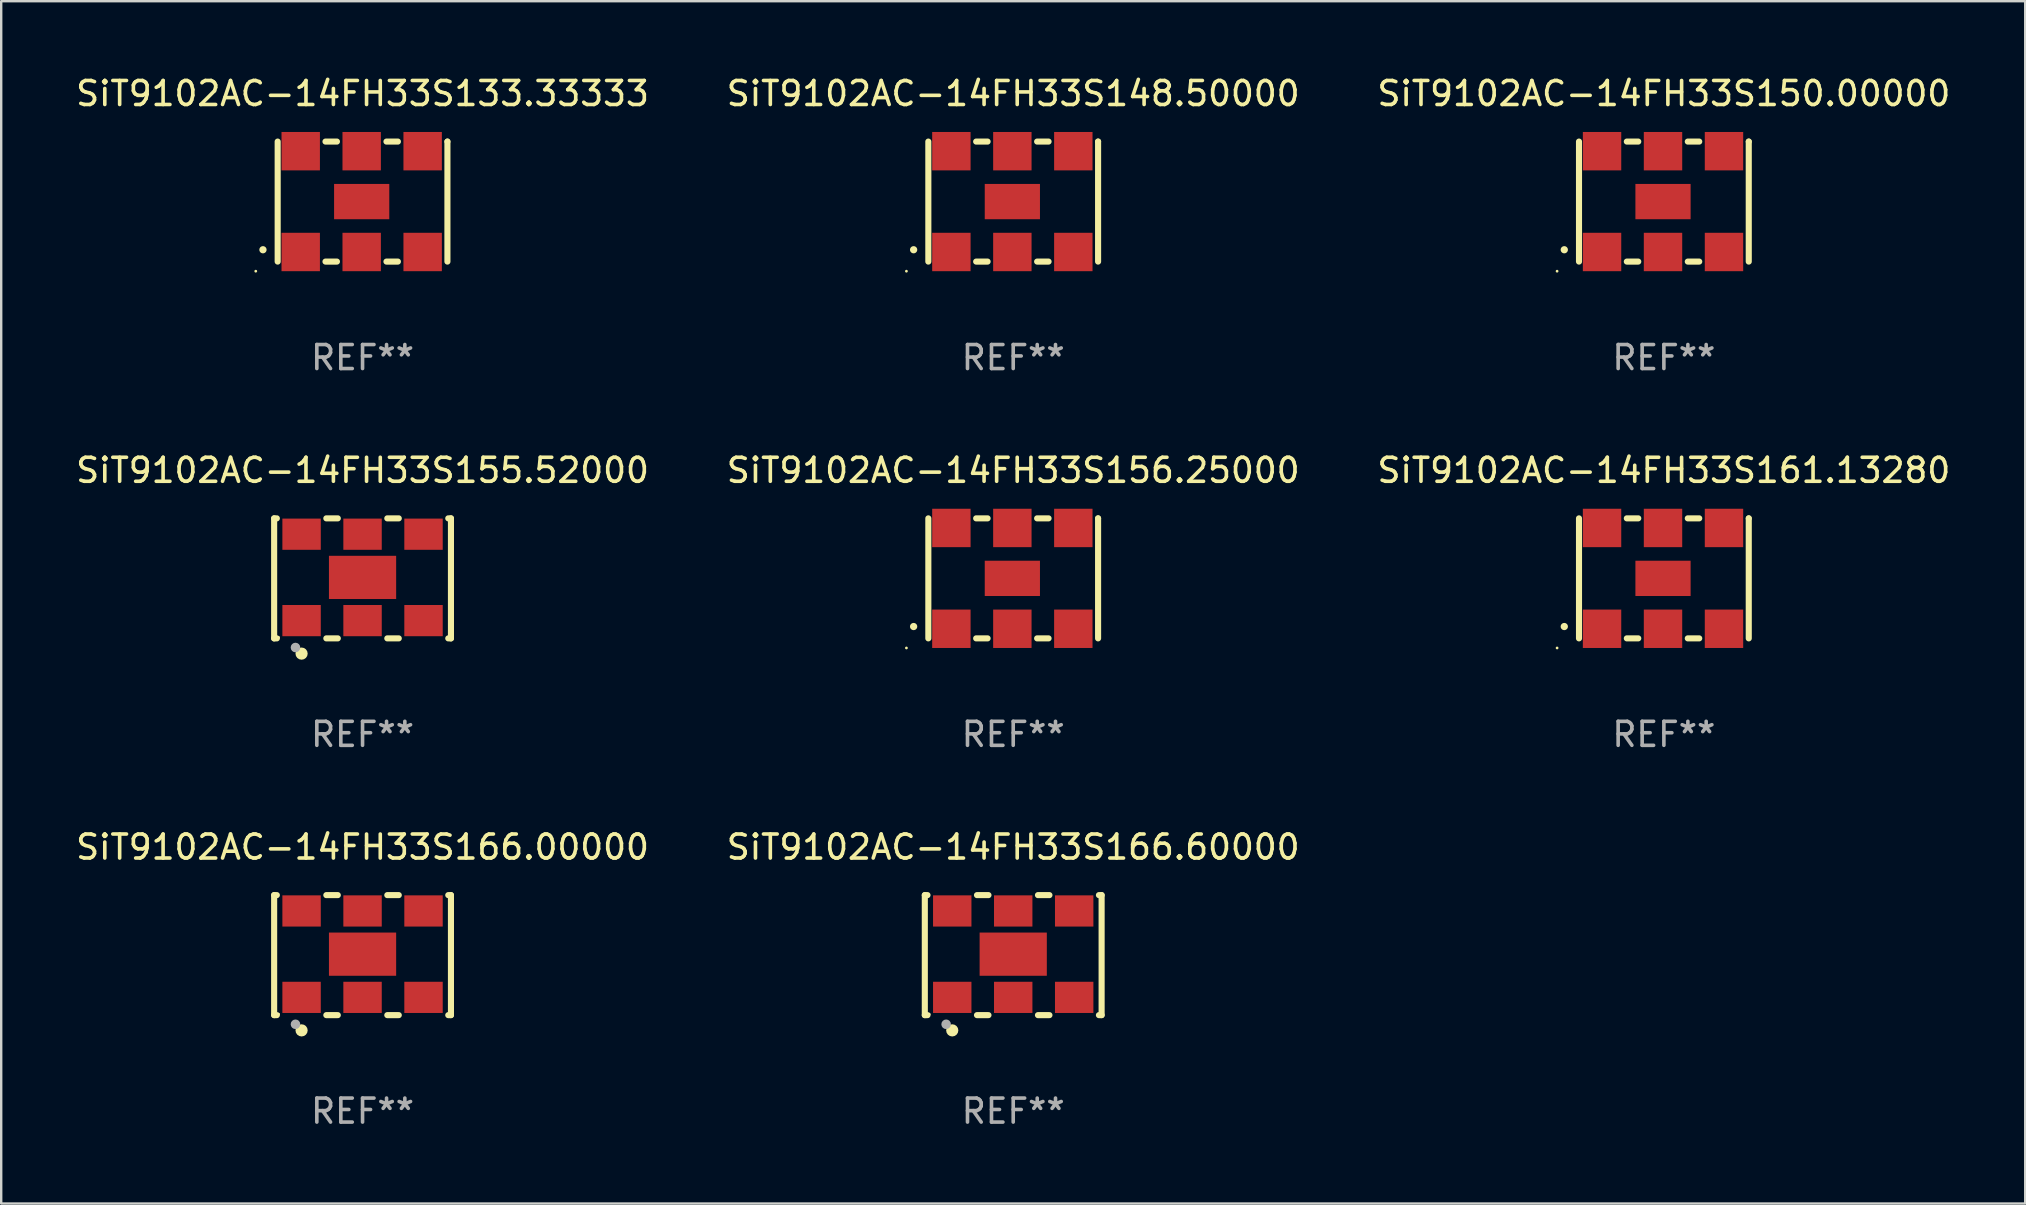
<source format=kicad_pcb>
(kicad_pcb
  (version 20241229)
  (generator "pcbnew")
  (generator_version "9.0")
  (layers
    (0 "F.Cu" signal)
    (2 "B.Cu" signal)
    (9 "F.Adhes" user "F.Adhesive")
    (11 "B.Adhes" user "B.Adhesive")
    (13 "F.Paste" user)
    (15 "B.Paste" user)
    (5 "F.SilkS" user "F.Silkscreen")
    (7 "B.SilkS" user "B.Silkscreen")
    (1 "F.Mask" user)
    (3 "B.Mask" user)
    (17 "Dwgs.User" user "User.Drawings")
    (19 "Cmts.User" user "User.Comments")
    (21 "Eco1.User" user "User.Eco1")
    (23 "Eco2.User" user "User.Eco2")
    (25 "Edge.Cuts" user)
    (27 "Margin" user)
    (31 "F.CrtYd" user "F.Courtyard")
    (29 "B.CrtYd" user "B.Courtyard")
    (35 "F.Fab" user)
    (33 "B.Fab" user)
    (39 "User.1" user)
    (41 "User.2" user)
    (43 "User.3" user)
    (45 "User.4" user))
  (footprint "SiT9102AC-14FH33S156.25000"
    (layer "F.Cu")
    (at 39.161 21.045)
    (property "Reference" "SiT9102AC-14FH33S156.25000" (at 0 -4.5 0) (layer "F.SilkS") (effects (font (size 1 1) (thickness 0.15))))
    (attr through_hole)
    (fp_line (start -3.536 -2.5) (end -3.536 2.5) (stroke (width 0.254) (type solid)) (layer "F.SilkS"))
    (fp_line (start -1.544 2.5) (end -1.067 2.5) (stroke (width 0.254) (type solid)) (layer "F.SilkS"))
    (fp_line (start -1.067 -2.5) (end -1.544 -2.5) (stroke (width 0.254) (type solid)) (layer "F.SilkS"))
    (fp_line (start 0.996 2.5) (end 1.473 2.5) (stroke (width 0.254) (type solid)) (layer "F.SilkS"))
    (fp_line (start 1.473 -2.5) (end 0.996 -2.5) (stroke (width 0.254) (type solid)) (layer "F.SilkS"))
    (fp_line (start 3.536 -2.5) (end 3.536 -2.5) (stroke (width 0.254) (type solid)) (layer "F.SilkS"))
    (fp_line (start 3.536 2.5) (end 3.536 -2.5) (stroke (width 0.254) (type solid)) (layer "F.SilkS"))
    (fp_arc (start -4.150432 2.006604) (mid -4.149162 2.006599) (end -4.147892 2.006604) (stroke (width 0.3) (type solid)) (layer "F.SilkS"))
    (fp_circle (center -4.449 2.9) (end -4.419 2.9) (stroke (width 0.06) (type solid)) (fill no) (layer "F.SilkS"))
    (fp_text user "REF**" (at 0 6.5 0) (layer "F.Fab") (effects (font (size 1 1) (thickness 0.15))))
    (pad "1" smd rect (at -2.576 2.1) (size 1.6 1.6) (layers "F.Cu" "F.Mask" "F.Paste"))
    (pad "2" smd rect (at -0.036 2.1) (size 1.6 1.6) (layers "F.Cu" "F.Mask" "F.Paste"))
    (pad "3" smd rect (at 2.504 2.1) (size 1.6 1.6) (layers "F.Cu" "F.Mask" "F.Paste"))
    (pad "4" smd rect (at 2.504 -2.1) (size 1.6 1.6) (layers "F.Cu" "F.Mask" "F.Paste"))
    (pad "5" smd rect (at -0.036 -2.1) (size 1.6 1.6) (layers "F.Cu" "F.Mask" "F.Paste"))
    (pad "6" smd rect (at -2.576 -2.1) (size 1.6 1.6) (layers "F.Cu" "F.Mask" "F.Paste"))
    (pad "7" smd rect (at -0.036 0) (size 2.3 1.47) (layers "F.Cu" "F.Mask" "F.Paste")))
  (footprint "SiT9102AC-14FH33S161.13280"
    (layer "F.Cu")
    (at 66.268 21.045)
    (property "Reference" "SiT9102AC-14FH33S161.13280" (at 0 -4.5 0) (layer "F.SilkS") (effects (font (size 1 1) (thickness 0.15))))
    (attr through_hole)
    (fp_line (start -3.536 -2.5) (end -3.536 2.5) (stroke (width 0.254) (type solid)) (layer "F.SilkS"))
    (fp_line (start -1.544 2.5) (end -1.067 2.5) (stroke (width 0.254) (type solid)) (layer "F.SilkS"))
    (fp_line (start -1.067 -2.5) (end -1.544 -2.5) (stroke (width 0.254) (type solid)) (layer "F.SilkS"))
    (fp_line (start 0.996 2.5) (end 1.473 2.5) (stroke (width 0.254) (type solid)) (layer "F.SilkS"))
    (fp_line (start 1.473 -2.5) (end 0.996 -2.5) (stroke (width 0.254) (type solid)) (layer "F.SilkS"))
    (fp_line (start 3.536 -2.5) (end 3.536 -2.5) (stroke (width 0.254) (type solid)) (layer "F.SilkS"))
    (fp_line (start 3.536 2.5) (end 3.536 -2.5) (stroke (width 0.254) (type solid)) (layer "F.SilkS"))
    (fp_arc (start -4.150432 2.006604) (mid -4.149162 2.006599) (end -4.147892 2.006604) (stroke (width 0.3) (type solid)) (layer "F.SilkS"))
    (fp_circle (center -4.449 2.9) (end -4.419 2.9) (stroke (width 0.06) (type solid)) (fill no) (layer "F.SilkS"))
    (fp_text user "REF**" (at 0 6.5 0) (layer "F.Fab") (effects (font (size 1 1) (thickness 0.15))))
    (pad "1" smd rect (at -2.576 2.1) (size 1.6 1.6) (layers "F.Cu" "F.Mask" "F.Paste"))
    (pad "2" smd rect (at -0.036 2.1) (size 1.6 1.6) (layers "F.Cu" "F.Mask" "F.Paste"))
    (pad "3" smd rect (at 2.504 2.1) (size 1.6 1.6) (layers "F.Cu" "F.Mask" "F.Paste"))
    (pad "4" smd rect (at 2.504 -2.1) (size 1.6 1.6) (layers "F.Cu" "F.Mask" "F.Paste"))
    (pad "5" smd rect (at -0.036 -2.1) (size 1.6 1.6) (layers "F.Cu" "F.Mask" "F.Paste"))
    (pad "6" smd rect (at -2.576 -2.1) (size 1.6 1.6) (layers "F.Cu" "F.Mask" "F.Paste"))
    (pad "7" smd rect (at -0.036 0) (size 2.3 1.47) (layers "F.Cu" "F.Mask" "F.Paste")))
  (footprint "SiT9102AC-14FH33S166.60000"
    (layer "F.Cu")
    (at 39.161 36.741)
    (property "Reference" "SiT9102AC-14FH33S166.60000" (at 0 -4.5 0) (layer "F.SilkS") (effects (font (size 1 1) (thickness 0.15))))
    (attr through_hole)
    (fp_line (start -3.683 -2.5) (end -3.571 -2.5) (stroke (width 0.254) (type solid)) (layer "F.SilkS"))
    (fp_line (start -3.683 2.5) (end -3.683 -2.5) (stroke (width 0.254) (type solid)) (layer "F.SilkS"))
    (fp_line (start -3.683 2.5) (end -3.571 2.5) (stroke (width 0.254) (type solid)) (layer "F.SilkS"))
    (fp_line (start -1.509 -2.5) (end -1.031 -2.5) (stroke (width 0.254) (type solid)) (layer "F.SilkS"))
    (fp_line (start -1.509 2.5) (end -1.031 2.5) (stroke (width 0.254) (type solid)) (layer "F.SilkS"))
    (fp_line (start 1.031 -2.5) (end 1.509 -2.5) (stroke (width 0.254) (type solid)) (layer "F.SilkS"))
    (fp_line (start 1.031 2.5) (end 1.509 2.5) (stroke (width 0.254) (type solid)) (layer "F.SilkS"))
    (fp_line (start 3.571 -2.5) (end 3.683 -2.5) (stroke (width 0.254) (type solid)) (layer "F.SilkS"))
    (fp_line (start 3.571 2.5) (end 3.683 2.5) (stroke (width 0.254) (type solid)) (layer "F.SilkS"))
    (fp_line (start 3.683 2.5) (end 3.683 -2.5) (stroke (width 0.254) (type solid)) (layer "F.SilkS"))
    (fp_circle (center -3.5 2.46) (end -3.47 2.46) (stroke (width 0.06) (type solid)) (fill no) (layer "F.SilkS"))
    (fp_circle (center -2.54 3.135) (end -2.413 3.135) (stroke (width 0.254) (type solid)) (fill no) (layer "F.SilkS"))
    (fp_circle (center -2.794 2.881) (end -2.694 2.881) (stroke (width 0.2) (type solid)) (fill no) (layer "F.Fab"))
    (fp_text user "REF**" (at 0 6.5 0) (layer "F.Fab") (effects (font (size 1 1) (thickness 0.15))))
    (pad "1" smd rect (at -2.54 1.76) (size 1.6 1.3) (layers "F.Cu" "F.Mask" "F.Paste"))
    (pad "2" smd rect (at 0 1.76) (size 1.6 1.3) (layers "F.Cu" "F.Mask" "F.Paste"))
    (pad "3" smd rect (at 2.54 1.76) (size 1.6 1.3) (layers "F.Cu" "F.Mask" "F.Paste"))
    (pad "4" smd rect (at 2.54 -1.84) (size 1.6 1.3) (layers "F.Cu" "F.Mask" "F.Paste"))
    (pad "5" smd rect (at 0 -1.84) (size 1.6 1.3) (layers "F.Cu" "F.Mask" "F.Paste"))
    (pad "6" smd rect (at -2.54 -1.84) (size 1.6 1.3) (layers "F.Cu" "F.Mask" "F.Paste"))
    (pad "7" smd rect (at 0 -0.04) (size 2.8 1.8) (layers "F.Cu" "F.Mask" "F.Paste")))
  (footprint "SiT9102AC-14FH33S150.00000"
    (layer "F.Cu")
    (at 66.268 5.348)
    (property "Reference" "SiT9102AC-14FH33S150.00000" (at 0 -4.5 0) (layer "F.SilkS") (effects (font (size 1 1) (thickness 0.15))))
    (attr through_hole)
    (fp_line (start -3.536 -2.5) (end -3.536 2.5) (stroke (width 0.254) (type solid)) (layer "F.SilkS"))
    (fp_line (start -1.544 2.5) (end -1.067 2.5) (stroke (width 0.254) (type solid)) (layer "F.SilkS"))
    (fp_line (start -1.067 -2.5) (end -1.544 -2.5) (stroke (width 0.254) (type solid)) (layer "F.SilkS"))
    (fp_line (start 0.996 2.5) (end 1.473 2.5) (stroke (width 0.254) (type solid)) (layer "F.SilkS"))
    (fp_line (start 1.473 -2.5) (end 0.996 -2.5) (stroke (width 0.254) (type solid)) (layer "F.SilkS"))
    (fp_line (start 3.536 -2.5) (end 3.536 -2.5) (stroke (width 0.254) (type solid)) (layer "F.SilkS"))
    (fp_line (start 3.536 2.5) (end 3.536 -2.5) (stroke (width 0.254) (type solid)) (layer "F.SilkS"))
    (fp_arc (start -4.150432 2.006604) (mid -4.149162 2.006599) (end -4.147892 2.006604) (stroke (width 0.3) (type solid)) (layer "F.SilkS"))
    (fp_circle (center -4.449 2.9) (end -4.419 2.9) (stroke (width 0.06) (type solid)) (fill no) (layer "F.SilkS"))
    (fp_text user "REF**" (at 0 6.5 0) (layer "F.Fab") (effects (font (size 1 1) (thickness 0.15))))
    (pad "1" smd rect (at -2.576 2.1) (size 1.6 1.6) (layers "F.Cu" "F.Mask" "F.Paste"))
    (pad "2" smd rect (at -0.036 2.1) (size 1.6 1.6) (layers "F.Cu" "F.Mask" "F.Paste"))
    (pad "3" smd rect (at 2.504 2.1) (size 1.6 1.6) (layers "F.Cu" "F.Mask" "F.Paste"))
    (pad "4" smd rect (at 2.504 -2.1) (size 1.6 1.6) (layers "F.Cu" "F.Mask" "F.Paste"))
    (pad "5" smd rect (at -0.036 -2.1) (size 1.6 1.6) (layers "F.Cu" "F.Mask" "F.Paste"))
    (pad "6" smd rect (at -2.576 -2.1) (size 1.6 1.6) (layers "F.Cu" "F.Mask" "F.Paste"))
    (pad "7" smd rect (at -0.036 0) (size 2.3 1.47) (layers "F.Cu" "F.Mask" "F.Paste")))
  (footprint "SiT9102AC-14FH33S166.00000"
    (layer "F.Cu")
    (at 12.054 36.741)
    (property "Reference" "SiT9102AC-14FH33S166.00000" (at 0 -4.5 0) (layer "F.SilkS") (effects (font (size 1 1) (thickness 0.15))))
    (attr through_hole)
    (fp_line (start -3.683 -2.5) (end -3.571 -2.5) (stroke (width 0.254) (type solid)) (layer "F.SilkS"))
    (fp_line (start -3.683 2.5) (end -3.683 -2.5) (stroke (width 0.254) (type solid)) (layer "F.SilkS"))
    (fp_line (start -3.683 2.5) (end -3.571 2.5) (stroke (width 0.254) (type solid)) (layer "F.SilkS"))
    (fp_line (start -1.509 -2.5) (end -1.031 -2.5) (stroke (width 0.254) (type solid)) (layer "F.SilkS"))
    (fp_line (start -1.509 2.5) (end -1.031 2.5) (stroke (width 0.254) (type solid)) (layer "F.SilkS"))
    (fp_line (start 1.031 -2.5) (end 1.509 -2.5) (stroke (width 0.254) (type solid)) (layer "F.SilkS"))
    (fp_line (start 1.031 2.5) (end 1.509 2.5) (stroke (width 0.254) (type solid)) (layer "F.SilkS"))
    (fp_line (start 3.571 -2.5) (end 3.683 -2.5) (stroke (width 0.254) (type solid)) (layer "F.SilkS"))
    (fp_line (start 3.571 2.5) (end 3.683 2.5) (stroke (width 0.254) (type solid)) (layer "F.SilkS"))
    (fp_line (start 3.683 2.5) (end 3.683 -2.5) (stroke (width 0.254) (type solid)) (layer "F.SilkS"))
    (fp_circle (center -3.5 2.46) (end -3.47 2.46) (stroke (width 0.06) (type solid)) (fill no) (layer "F.SilkS"))
    (fp_circle (center -2.54 3.135) (end -2.413 3.135) (stroke (width 0.254) (type solid)) (fill no) (layer "F.SilkS"))
    (fp_circle (center -2.794 2.881) (end -2.694 2.881) (stroke (width 0.2) (type solid)) (fill no) (layer "F.Fab"))
    (fp_text user "REF**" (at 0 6.5 0) (layer "F.Fab") (effects (font (size 1 1) (thickness 0.15))))
    (pad "1" smd rect (at -2.54 1.76) (size 1.6 1.3) (layers "F.Cu" "F.Mask" "F.Paste"))
    (pad "2" smd rect (at 0 1.76) (size 1.6 1.3) (layers "F.Cu" "F.Mask" "F.Paste"))
    (pad "3" smd rect (at 2.54 1.76) (size 1.6 1.3) (layers "F.Cu" "F.Mask" "F.Paste"))
    (pad "4" smd rect (at 2.54 -1.84) (size 1.6 1.3) (layers "F.Cu" "F.Mask" "F.Paste"))
    (pad "5" smd rect (at 0 -1.84) (size 1.6 1.3) (layers "F.Cu" "F.Mask" "F.Paste"))
    (pad "6" smd rect (at -2.54 -1.84) (size 1.6 1.3) (layers "F.Cu" "F.Mask" "F.Paste"))
    (pad "7" smd rect (at 0 -0.04) (size 2.8 1.8) (layers "F.Cu" "F.Mask" "F.Paste")))
  (footprint "SiT9102AC-14FH33S148.50000"
    (layer "F.Cu")
    (at 39.161 5.348)
    (property "Reference" "SiT9102AC-14FH33S148.50000" (at 0 -4.5 0) (layer "F.SilkS") (effects (font (size 1 1) (thickness 0.15))))
    (attr through_hole)
    (fp_line (start -3.536 -2.5) (end -3.536 2.5) (stroke (width 0.254) (type solid)) (layer "F.SilkS"))
    (fp_line (start -1.544 2.5) (end -1.067 2.5) (stroke (width 0.254) (type solid)) (layer "F.SilkS"))
    (fp_line (start -1.067 -2.5) (end -1.544 -2.5) (stroke (width 0.254) (type solid)) (layer "F.SilkS"))
    (fp_line (start 0.996 2.5) (end 1.473 2.5) (stroke (width 0.254) (type solid)) (layer "F.SilkS"))
    (fp_line (start 1.473 -2.5) (end 0.996 -2.5) (stroke (width 0.254) (type solid)) (layer "F.SilkS"))
    (fp_line (start 3.536 -2.5) (end 3.536 -2.5) (stroke (width 0.254) (type solid)) (layer "F.SilkS"))
    (fp_line (start 3.536 2.5) (end 3.536 -2.5) (stroke (width 0.254) (type solid)) (layer "F.SilkS"))
    (fp_arc (start -4.150432 2.006604) (mid -4.149162 2.006599) (end -4.147892 2.006604) (stroke (width 0.3) (type solid)) (layer "F.SilkS"))
    (fp_circle (center -4.449 2.9) (end -4.419 2.9) (stroke (width 0.06) (type solid)) (fill no) (layer "F.SilkS"))
    (fp_text user "REF**" (at 0 6.5 0) (layer "F.Fab") (effects (font (size 1 1) (thickness 0.15))))
    (pad "1" smd rect (at -2.576 2.1) (size 1.6 1.6) (layers "F.Cu" "F.Mask" "F.Paste"))
    (pad "2" smd rect (at -0.036 2.1) (size 1.6 1.6) (layers "F.Cu" "F.Mask" "F.Paste"))
    (pad "3" smd rect (at 2.504 2.1) (size 1.6 1.6) (layers "F.Cu" "F.Mask" "F.Paste"))
    (pad "4" smd rect (at 2.504 -2.1) (size 1.6 1.6) (layers "F.Cu" "F.Mask" "F.Paste"))
    (pad "5" smd rect (at -0.036 -2.1) (size 1.6 1.6) (layers "F.Cu" "F.Mask" "F.Paste"))
    (pad "6" smd rect (at -2.576 -2.1) (size 1.6 1.6) (layers "F.Cu" "F.Mask" "F.Paste"))
    (pad "7" smd rect (at -0.036 0) (size 2.3 1.47) (layers "F.Cu" "F.Mask" "F.Paste")))
  (footprint "SiT9102AC-14FH33S133.33333"
    (layer "F.Cu")
    (at 12.054 5.348)
    (property "Reference" "SiT9102AC-14FH33S133.33333" (at 0 -4.5 0) (layer "F.SilkS") (effects (font (size 1 1) (thickness 0.15))))
    (attr through_hole)
    (fp_line (start -3.536 -2.5) (end -3.536 2.5) (stroke (width 0.254) (type solid)) (layer "F.SilkS"))
    (fp_line (start -1.544 2.5) (end -1.067 2.5) (stroke (width 0.254) (type solid)) (layer "F.SilkS"))
    (fp_line (start -1.067 -2.5) (end -1.544 -2.5) (stroke (width 0.254) (type solid)) (layer "F.SilkS"))
    (fp_line (start 0.996 2.5) (end 1.473 2.5) (stroke (width 0.254) (type solid)) (layer "F.SilkS"))
    (fp_line (start 1.473 -2.5) (end 0.996 -2.5) (stroke (width 0.254) (type solid)) (layer "F.SilkS"))
    (fp_line (start 3.536 -2.5) (end 3.536 -2.5) (stroke (width 0.254) (type solid)) (layer "F.SilkS"))
    (fp_line (start 3.536 2.5) (end 3.536 -2.5) (stroke (width 0.254) (type solid)) (layer "F.SilkS"))
    (fp_arc (start -4.150432 2.006604) (mid -4.149162 2.006599) (end -4.147892 2.006604) (stroke (width 0.3) (type solid)) (layer "F.SilkS"))
    (fp_circle (center -4.449 2.9) (end -4.419 2.9) (stroke (width 0.06) (type solid)) (fill no) (layer "F.SilkS"))
    (fp_text user "REF**" (at 0 6.5 0) (layer "F.Fab") (effects (font (size 1 1) (thickness 0.15))))
    (pad "1" smd rect (at -2.576 2.1) (size 1.6 1.6) (layers "F.Cu" "F.Mask" "F.Paste"))
    (pad "2" smd rect (at -0.036 2.1) (size 1.6 1.6) (layers "F.Cu" "F.Mask" "F.Paste"))
    (pad "3" smd rect (at 2.504 2.1) (size 1.6 1.6) (layers "F.Cu" "F.Mask" "F.Paste"))
    (pad "4" smd rect (at 2.504 -2.1) (size 1.6 1.6) (layers "F.Cu" "F.Mask" "F.Paste"))
    (pad "5" smd rect (at -0.036 -2.1) (size 1.6 1.6) (layers "F.Cu" "F.Mask" "F.Paste"))
    (pad "6" smd rect (at -2.576 -2.1) (size 1.6 1.6) (layers "F.Cu" "F.Mask" "F.Paste"))
    (pad "7" smd rect (at -0.036 0) (size 2.3 1.47) (layers "F.Cu" "F.Mask" "F.Paste")))
  (footprint "SiT9102AC-14FH33S155.52000"
    (layer "F.Cu")
    (at 12.054 21.045)
    (property "Reference" "SiT9102AC-14FH33S155.52000" (at 0 -4.5 0) (layer "F.SilkS") (effects (font (size 1 1) (thickness 0.15))))
    (attr through_hole)
    (fp_line (start -3.683 -2.5) (end -3.571 -2.5) (stroke (width 0.254) (type solid)) (layer "F.SilkS"))
    (fp_line (start -3.683 2.5) (end -3.683 -2.5) (stroke (width 0.254) (type solid)) (layer "F.SilkS"))
    (fp_line (start -3.683 2.5) (end -3.571 2.5) (stroke (width 0.254) (type solid)) (layer "F.SilkS"))
    (fp_line (start -1.509 -2.5) (end -1.031 -2.5) (stroke (width 0.254) (type solid)) (layer "F.SilkS"))
    (fp_line (start -1.509 2.5) (end -1.031 2.5) (stroke (width 0.254) (type solid)) (layer "F.SilkS"))
    (fp_line (start 1.031 -2.5) (end 1.509 -2.5) (stroke (width 0.254) (type solid)) (layer "F.SilkS"))
    (fp_line (start 1.031 2.5) (end 1.509 2.5) (stroke (width 0.254) (type solid)) (layer "F.SilkS"))
    (fp_line (start 3.571 -2.5) (end 3.683 -2.5) (stroke (width 0.254) (type solid)) (layer "F.SilkS"))
    (fp_line (start 3.571 2.5) (end 3.683 2.5) (stroke (width 0.254) (type solid)) (layer "F.SilkS"))
    (fp_line (start 3.683 2.5) (end 3.683 -2.5) (stroke (width 0.254) (type solid)) (layer "F.SilkS"))
    (fp_circle (center -3.5 2.46) (end -3.47 2.46) (stroke (width 0.06) (type solid)) (fill no) (layer "F.SilkS"))
    (fp_circle (center -2.54 3.135) (end -2.413 3.135) (stroke (width 0.254) (type solid)) (fill no) (layer "F.SilkS"))
    (fp_circle (center -2.794 2.881) (end -2.694 2.881) (stroke (width 0.2) (type solid)) (fill no) (layer "F.Fab"))
    (fp_text user "REF**" (at 0 6.5 0) (layer "F.Fab") (effects (font (size 1 1) (thickness 0.15))))
    (pad "1" smd rect (at -2.54 1.76) (size 1.6 1.3) (layers "F.Cu" "F.Mask" "F.Paste"))
    (pad "2" smd rect (at 0 1.76) (size 1.6 1.3) (layers "F.Cu" "F.Mask" "F.Paste"))
    (pad "3" smd rect (at 2.54 1.76) (size 1.6 1.3) (layers "F.Cu" "F.Mask" "F.Paste"))
    (pad "4" smd rect (at 2.54 -1.84) (size 1.6 1.3) (layers "F.Cu" "F.Mask" "F.Paste"))
    (pad "5" smd rect (at 0 -1.84) (size 1.6 1.3) (layers "F.Cu" "F.Mask" "F.Paste"))
    (pad "6" smd rect (at -2.54 -1.84) (size 1.6 1.3) (layers "F.Cu" "F.Mask" "F.Paste"))
    (pad "7" smd rect (at 0 -0.04) (size 2.8 1.8) (layers "F.Cu" "F.Mask" "F.Paste")))
  (gr_rect
    (start -3 -3)
    (end 81.321 47.09)
    (stroke (width 0.1) (type default))
    (fill no)
    (layer "Edge.Cuts")))
</source>
